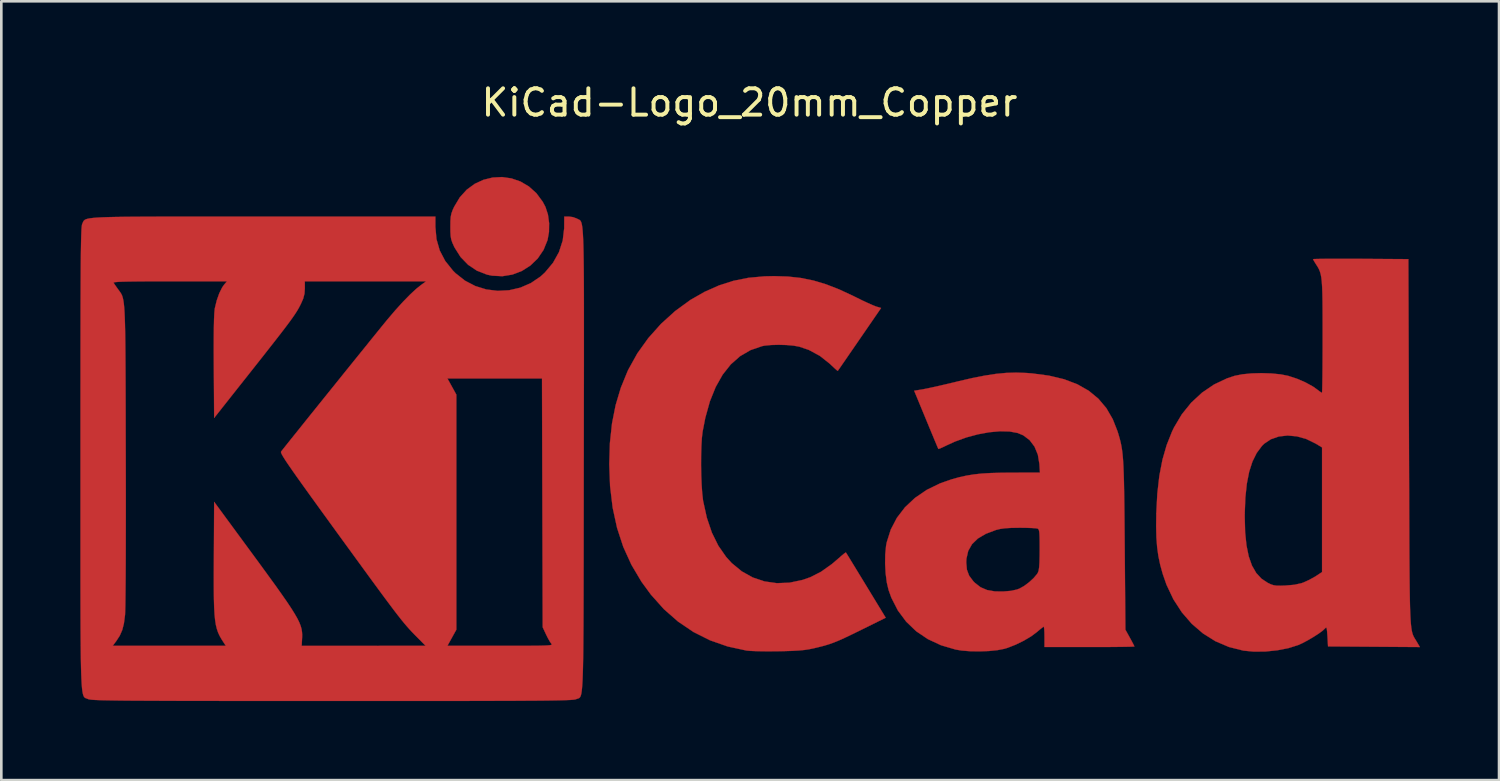
<source format=kicad_pcb>
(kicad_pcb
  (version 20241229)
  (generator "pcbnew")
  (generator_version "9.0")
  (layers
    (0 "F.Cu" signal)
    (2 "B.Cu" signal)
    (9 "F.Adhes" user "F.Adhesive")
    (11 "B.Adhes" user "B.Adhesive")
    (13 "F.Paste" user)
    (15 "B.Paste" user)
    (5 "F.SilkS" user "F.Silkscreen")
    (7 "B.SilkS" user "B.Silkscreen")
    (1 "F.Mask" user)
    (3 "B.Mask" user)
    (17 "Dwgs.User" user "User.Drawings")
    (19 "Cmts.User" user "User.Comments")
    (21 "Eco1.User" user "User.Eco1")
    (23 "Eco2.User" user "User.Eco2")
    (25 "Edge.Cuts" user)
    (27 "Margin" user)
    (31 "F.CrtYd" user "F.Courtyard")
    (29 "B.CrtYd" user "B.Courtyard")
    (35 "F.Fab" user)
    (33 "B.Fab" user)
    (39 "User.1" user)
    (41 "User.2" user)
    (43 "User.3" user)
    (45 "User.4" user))
  (footprint "KiCad-Logo_20mm_Copper"
    (layer "F.Cu")
    (at 25.405 13.548)
    (property "Reference" "KiCad-Logo_20mm_Copper" (at 0 -12.7 0) (layer "F.SilkS") (effects (font (size 1 1) (thickness 0.15))))
    (attr exclude_from_pos_files exclude_from_bom)
    (fp_poly (pts (xy -9.038 -9.825) (xy -8.696 -9.707) (xy -8.378 -9.52) (xy -8.094 -9.266) (xy -7.854 -8.943) (xy -7.746 -8.74) (xy -7.653 -8.455) (xy -7.608 -8.127) (xy -7.613 -7.79) (xy -7.668 -7.484) (xy -7.82 -7.11) (xy -8.04 -6.786) (xy -8.318 -6.518) (xy -8.641 -6.312) (xy -8.999 -6.175) (xy -9.381 -6.112) (xy -9.775 -6.132) (xy -9.969 -6.173) (xy -10.347 -6.32) (xy -10.683 -6.545) (xy -10.969 -6.84) (xy -11.196 -7.198) (xy -11.216 -7.238) (xy -11.282 -7.385) (xy -11.324 -7.508) (xy -11.346 -7.639) (xy -11.356 -7.807) (xy -11.357 -7.989) (xy -11.355 -8.208) (xy -11.343 -8.366) (xy -11.317 -8.494) (xy -11.271 -8.622) (xy -11.213 -8.748) (xy -10.999 -9.106) (xy -10.735 -9.397) (xy -10.432 -9.619) (xy -10.101 -9.772) (xy -9.751 -9.858) (xy -9.393 -9.876) (xy -9.038 -9.825)) (stroke (width 0.01) (type solid)) (fill yes) (layer "F.Cu"))
    (fp_poly (pts (xy 1.459 -6.099) (xy 1.95 -6.045) (xy 2.425 -5.949) (xy 2.905 -5.805) (xy 3.408 -5.609) (xy 3.953 -5.355) (xy 4.052 -5.306) (xy 4.277 -5.195) (xy 4.49 -5.095) (xy 4.669 -5.016) (xy 4.793 -4.966) (xy 4.812 -4.96) (xy 4.995 -4.905) (xy 4.177 -3.716) (xy 3.977 -3.425) (xy 3.794 -3.16) (xy 3.635 -2.928) (xy 3.505 -2.74) (xy 3.411 -2.604) (xy 3.359 -2.529) (xy 3.35 -2.517) (xy 3.316 -2.541) (xy 3.231 -2.616) (xy 3.112 -2.727) (xy 3.046 -2.79) (xy 2.671 -3.087) (xy 2.251 -3.314) (xy 1.889 -3.437) (xy 1.672 -3.476) (xy 1.399 -3.5) (xy 1.105 -3.508) (xy 0.819 -3.5) (xy 0.574 -3.476) (xy 0.477 -3.457) (xy 0.037 -3.306) (xy -0.359 -3.075) (xy -0.712 -2.764) (xy -1.02 -2.375) (xy -1.284 -1.907) (xy -1.504 -1.362) (xy -1.678 -0.738) (xy -1.782 -0.205) (xy -1.809 0.031) (xy -1.827 0.335) (xy -1.837 0.686) (xy -1.839 1.062) (xy -1.833 1.442) (xy -1.818 1.802) (xy -1.796 2.122) (xy -1.767 2.38) (xy -1.761 2.42) (xy -1.62 3.06) (xy -1.428 3.626) (xy -1.183 4.122) (xy -0.885 4.549) (xy -0.674 4.78) (xy -0.294 5.093) (xy 0.122 5.325) (xy 0.569 5.475) (xy 1.038 5.542) (xy 1.522 5.523) (xy 2.016 5.418) (xy 2.307 5.316) (xy 2.711 5.111) (xy 3.127 4.816) (xy 3.36 4.617) (xy 3.491 4.502) (xy 3.593 4.418) (xy 3.652 4.377) (xy 3.659 4.376) (xy 3.685 4.417) (xy 3.753 4.527) (xy 3.856 4.696) (xy 3.99 4.915) (xy 4.147 5.173) (xy 4.324 5.462) (xy 4.422 5.623) (xy 5.171 6.854) (xy 4.236 7.316) (xy 3.897 7.482) (xy 3.623 7.613) (xy 3.397 7.715) (xy 3.201 7.795) (xy 3.019 7.86) (xy 2.835 7.916) (xy 2.631 7.968) (xy 2.435 8.015) (xy 2.261 8.051) (xy 2.08 8.078) (xy 1.872 8.098) (xy 1.62 8.112) (xy 1.305 8.122) (xy 1.092 8.126) (xy 0.79 8.129) (xy 0.499 8.128) (xy 0.241 8.122) (xy 0.033 8.113) (xy -0.105 8.101) (xy -0.113 8.1) (xy -0.828 7.945) (xy -1.499 7.711) (xy -2.127 7.396) (xy -2.71 7.002) (xy -3.25 6.529) (xy -3.744 5.976) (xy -4.103 5.485) (xy -4.484 4.842) (xy -4.793 4.163) (xy -5.029 3.443) (xy -5.196 2.675) (xy -5.294 1.855) (xy -5.325 1.023) (xy -5.3 0.218) (xy -5.22 -0.525) (xy -5.083 -1.218) (xy -4.887 -1.874) (xy -4.629 -2.506) (xy -4.598 -2.571) (xy -4.258 -3.183) (xy -3.841 -3.764) (xy -3.358 -4.305) (xy -2.821 -4.791) (xy -2.243 -5.212) (xy -1.703 -5.52) (xy -1.158 -5.762) (xy -0.613 -5.937) (xy -0.044 -6.051) (xy 0.567 -6.107) (xy 0.933 -6.115) (xy 1.459 -6.099)) (stroke (width 0.01) (type solid)) (fill yes) (layer "F.Cu"))
    (fp_poly (pts (xy 22.685 -6.774) (xy 23.072 -6.772) (xy 23.204 -6.772) (xy 25.013 -6.76) (xy 25.036 0.182) (xy 25.039 1.123) (xy 25.042 1.978) (xy 25.044 2.751) (xy 25.047 3.445) (xy 25.049 4.067) (xy 25.052 4.619) (xy 25.056 5.107) (xy 25.06 5.535) (xy 25.065 5.907) (xy 25.071 6.228) (xy 25.078 6.502) (xy 25.087 6.734) (xy 25.097 6.928) (xy 25.109 7.088) (xy 25.123 7.219) (xy 25.139 7.325) (xy 25.157 7.411) (xy 25.178 7.482) (xy 25.201 7.54) (xy 25.227 7.592) (xy 25.255 7.641) (xy 25.287 7.692) (xy 25.322 7.749) (xy 25.329 7.761) (xy 25.45 7.967) (xy 21.963 7.943) (xy 21.941 7.56) (xy 21.928 7.376) (xy 21.915 7.27) (xy 21.898 7.228) (xy 21.871 7.237) (xy 21.849 7.261) (xy 21.754 7.349) (xy 21.598 7.463) (xy 21.403 7.588) (xy 21.192 7.712) (xy 20.987 7.82) (xy 20.83 7.891) (xy 20.46 8.008) (xy 20.037 8.09) (xy 19.59 8.136) (xy 19.152 8.141) (xy 18.753 8.103) (xy 18.746 8.101) (xy 18.2 7.964) (xy 17.689 7.746) (xy 17.218 7.451) (xy 16.791 7.085) (xy 16.415 6.651) (xy 16.092 6.154) (xy 15.83 5.6) (xy 15.687 5.189) (xy 15.592 4.846) (xy 15.522 4.513) (xy 15.475 4.171) (xy 15.447 3.8) (xy 15.437 3.378) (xy 15.442 3.034) (xy 18.801 3.034) (xy 18.816 3.611) (xy 18.867 4.107) (xy 18.953 4.528) (xy 19.076 4.876) (xy 19.238 5.157) (xy 19.44 5.375) (xy 19.674 5.529) (xy 19.796 5.587) (xy 19.901 5.621) (xy 20.019 5.637) (xy 20.177 5.638) (xy 20.347 5.632) (xy 20.682 5.603) (xy 20.947 5.545) (xy 21.03 5.516) (xy 21.22 5.43) (xy 21.421 5.323) (xy 21.508 5.269) (xy 21.736 5.12) (xy 21.736 0.388) (xy 21.485 0.238) (xy 21.136 0.068) (xy 20.779 -0.032) (xy 20.428 -0.064) (xy 20.095 -0.027) (xy 19.794 0.077) (xy 19.538 0.248) (xy 19.455 0.33) (xy 19.255 0.599) (xy 19.094 0.924) (xy 18.969 1.312) (xy 18.88 1.767) (xy 18.824 2.296) (xy 18.801 2.903) (xy 18.801 3.034) (xy 15.442 3.034) (xy 15.443 2.891) (xy 15.482 2.142) (xy 15.559 1.466) (xy 15.677 0.854) (xy 15.838 0.295) (xy 16.043 -0.219) (xy 16.117 -0.372) (xy 16.413 -0.87) (xy 16.77 -1.312) (xy 17.18 -1.691) (xy 17.636 -2.001) (xy 18.128 -2.234) (xy 18.422 -2.331) (xy 18.712 -2.388) (xy 19.06 -2.422) (xy 19.438 -2.432) (xy 19.817 -2.42) (xy 20.166 -2.385) (xy 20.447 -2.33) (xy 20.781 -2.221) (xy 21.105 -2.081) (xy 21.389 -1.925) (xy 21.54 -1.818) (xy 21.644 -1.739) (xy 21.716 -1.691) (xy 21.733 -1.684) (xy 21.738 -1.728) (xy 21.743 -1.854) (xy 21.747 -2.054) (xy 21.751 -2.318) (xy 21.754 -2.637) (xy 21.756 -3.002) (xy 21.758 -3.406) (xy 21.758 -3.816) (xy 21.758 -4.343) (xy 21.757 -4.786) (xy 21.754 -5.156) (xy 21.748 -5.46) (xy 21.739 -5.706) (xy 21.726 -5.905) (xy 21.708 -6.063) (xy 21.684 -6.189) (xy 21.654 -6.292) (xy 21.617 -6.381) (xy 21.572 -6.463) (xy 21.518 -6.548) (xy 21.511 -6.558) (xy 21.442 -6.668) (xy 21.4 -6.743) (xy 21.394 -6.759) (xy 21.438 -6.764) (xy 21.563 -6.768) (xy 21.76 -6.771) (xy 22.019 -6.773) (xy 22.331 -6.774) (xy 22.685 -6.774)) (stroke (width 0.01) (type solid)) (fill yes) (layer "F.Cu"))
    (fp_poly (pts (xy 10.502 -2.439) (xy 10.727 -2.422) (xy 11.372 -2.336) (xy 11.944 -2.2) (xy 12.444 -2.01) (xy 12.876 -1.765) (xy 13.243 -1.463) (xy 13.547 -1.103) (xy 13.791 -0.683) (xy 13.97 -0.228) (xy 14.015 -0.082) (xy 14.054 0.054) (xy 14.088 0.188) (xy 14.117 0.327) (xy 14.142 0.479) (xy 14.163 0.651) (xy 14.18 0.851) (xy 14.194 1.085) (xy 14.205 1.362) (xy 14.215 1.687) (xy 14.222 2.069) (xy 14.229 2.516) (xy 14.235 3.033) (xy 14.24 3.629) (xy 14.244 4.097) (xy 14.27 7.306) (xy 14.441 7.615) (xy 14.522 7.764) (xy 14.582 7.879) (xy 14.611 7.941) (xy 14.612 7.945) (xy 14.568 7.95) (xy 14.443 7.954) (xy 14.247 7.958) (xy 13.99 7.961) (xy 13.681 7.964) (xy 13.331 7.965) (xy 12.95 7.966) (xy 12.905 7.966) (xy 11.198 7.966) (xy 11.198 7.579) (xy 11.195 7.404) (xy 11.187 7.27) (xy 11.176 7.199) (xy 11.171 7.192) (xy 11.126 7.22) (xy 11.033 7.293) (xy 10.912 7.395) (xy 10.909 7.398) (xy 10.689 7.562) (xy 10.41 7.727) (xy 10.105 7.876) (xy 9.805 7.994) (xy 9.673 8.034) (xy 9.41 8.085) (xy 9.087 8.118) (xy 8.735 8.131) (xy 8.381 8.126) (xy 8.057 8.1) (xy 7.829 8.063) (xy 7.272 7.899) (xy 6.771 7.666) (xy 6.328 7.367) (xy 5.948 7.003) (xy 5.633 6.579) (xy 5.386 6.096) (xy 5.28 5.804) (xy 5.213 5.519) (xy 5.169 5.178) (xy 5.148 4.811) (xy 5.149 4.757) (xy 8.228 4.757) (xy 8.253 5.03) (xy 8.338 5.257) (xy 8.495 5.467) (xy 8.556 5.529) (xy 8.77 5.695) (xy 9.018 5.802) (xy 9.315 5.854) (xy 9.628 5.858) (xy 9.925 5.833) (xy 10.152 5.783) (xy 10.251 5.746) (xy 10.428 5.646) (xy 10.617 5.504) (xy 10.789 5.345) (xy 10.917 5.193) (xy 10.951 5.137) (xy 10.977 5.059) (xy 10.996 4.934) (xy 11.008 4.751) (xy 11.014 4.498) (xy 11.016 4.257) (xy 11.015 3.976) (xy 11.011 3.773) (xy 11.004 3.634) (xy 10.991 3.547) (xy 10.972 3.498) (xy 10.945 3.473) (xy 10.936 3.469) (xy 10.863 3.457) (xy 10.718 3.448) (xy 10.521 3.441) (xy 10.292 3.438) (xy 10.242 3.438) (xy 9.936 3.443) (xy 9.699 3.457) (xy 9.511 3.484) (xy 9.356 3.522) (xy 8.97 3.668) (xy 8.668 3.847) (xy 8.447 4.062) (xy 8.303 4.317) (xy 8.235 4.613) (xy 8.228 4.757) (xy 5.149 4.757) (xy 5.153 4.45) (xy 5.184 4.126) (xy 5.208 3.995) (xy 5.361 3.51) (xy 5.594 3.063) (xy 5.903 2.66) (xy 6.283 2.304) (xy 6.729 1.999) (xy 7.238 1.751) (xy 7.67 1.6) (xy 7.959 1.52) (xy 8.235 1.459) (xy 8.517 1.413) (xy 8.822 1.38) (xy 9.168 1.36) (xy 9.573 1.349) (xy 9.94 1.346) (xy 11.026 1.343) (xy 11.005 1.016) (xy 10.946 0.662) (xy 10.82 0.358) (xy 10.633 0.11) (xy 10.391 -0.072) (xy 10.177 -0.161) (xy 9.87 -0.217) (xy 9.506 -0.225) (xy 9.1 -0.188) (xy 8.67 -0.109) (xy 8.232 0.009) (xy 7.805 0.164) (xy 7.495 0.305) (xy 7.345 0.377) (xy 7.231 0.428) (xy 7.173 0.447) (xy 7.17 0.447) (xy 7.15 0.403) (xy 7.1 0.285) (xy 7.025 0.106) (xy 6.93 -0.123) (xy 6.818 -0.392) (xy 6.705 -0.666) (xy 6.251 -1.764) (xy 6.574 -1.817) (xy 6.714 -1.844) (xy 6.924 -1.889) (xy 7.186 -1.947) (xy 7.483 -2.016) (xy 7.796 -2.09) (xy 7.92 -2.121) (xy 8.46 -2.246) (xy 8.932 -2.339) (xy 9.355 -2.404) (xy 9.745 -2.441) (xy 10.122 -2.452) (xy 10.502 -2.439)) (stroke (width 0.01) (type solid)) (fill yes) (layer "F.Cu"))
    (fp_poly (pts (xy -19.746 -8.376) (xy -18.869 -8.376) (xy -18.461 -8.376) (xy -11.926 -8.376) (xy -11.926 -7.99) (xy -11.885 -7.522) (xy -11.761 -7.089) (xy -11.553 -6.691) (xy -11.259 -6.324) (xy -11.16 -6.225) (xy -10.803 -5.943) (xy -10.409 -5.738) (xy -9.991 -5.609) (xy -9.559 -5.556) (xy -9.126 -5.579) (xy -8.702 -5.677) (xy -8.301 -5.851) (xy -7.933 -6.101) (xy -7.768 -6.252) (xy -7.46 -6.621) (xy -7.234 -7.027) (xy -7.092 -7.466) (xy -7.036 -7.931) (xy -7.036 -7.977) (xy -7.033 -8.376) (xy -6.858 -8.376) (xy -6.702 -8.355) (xy -6.561 -8.303) (xy -6.551 -8.298) (xy -6.519 -8.281) (xy -6.49 -8.268) (xy -6.463 -8.255) (xy -6.438 -8.238) (xy -6.416 -8.214) (xy -6.396 -8.178) (xy -6.378 -8.127) (xy -6.362 -8.057) (xy -6.348 -7.964) (xy -6.336 -7.845) (xy -6.325 -7.695) (xy -6.316 -7.512) (xy -6.308 -7.29) (xy -6.302 -7.027) (xy -6.297 -6.719) (xy -6.293 -6.361) (xy -6.29 -5.951) (xy -6.288 -5.484) (xy -6.287 -4.957) (xy -6.287 -4.365) (xy -6.287 -3.705) (xy -6.287 -2.974) (xy -6.288 -2.167) (xy -6.29 -1.281) (xy -6.291 -0.312) (xy -6.292 0.744) (xy -6.293 0.873) (xy -6.294 1.935) (xy -6.295 2.911) (xy -6.296 3.803) (xy -6.297 4.615) (xy -6.299 5.352) (xy -6.3 6.016) (xy -6.302 6.611) (xy -6.304 7.142) (xy -6.308 7.613) (xy -6.311 8.026) (xy -6.316 8.385) (xy -6.322 8.695) (xy -6.329 8.96) (xy -6.337 9.182) (xy -6.347 9.366) (xy -6.358 9.515) (xy -6.37 9.634) (xy -6.384 9.726) (xy -6.401 9.795) (xy -6.419 9.844) (xy -6.439 9.877) (xy -6.462 9.899) (xy -6.486 9.913) (xy -6.514 9.922) (xy -6.544 9.931) (xy -6.576 9.942) (xy -6.584 9.946) (xy -6.609 9.954) (xy -6.651 9.962) (xy -6.713 9.968) (xy -6.8 9.975) (xy -6.914 9.98) (xy -7.06 9.985) (xy -7.241 9.99) (xy -7.46 9.994) (xy -7.722 9.998) (xy -8.03 10.001) (xy -8.388 10.003) (xy -8.8 10.006) (xy -9.268 10.008) (xy -9.797 10.009) (xy -10.39 10.011) (xy -11.051 10.012) (xy -11.784 10.012) (xy -12.593 10.013) (xy -13.48 10.013) (xy -14.45 10.013) (xy -15.506 10.013) (xy -15.848 10.013) (xy -16.927 10.013) (xy -17.919 10.013) (xy -18.828 10.012) (xy -19.656 10.012) (xy -20.409 10.011) (xy -21.089 10.01) (xy -21.699 10.009) (xy -22.245 10.007) (xy -22.73 10.005) (xy -23.156 10.003) (xy -23.529 10.001) (xy -23.851 9.998) (xy -24.126 9.994) (xy -24.359 9.99) (xy -24.552 9.986) (xy -24.709 9.981) (xy -24.835 9.976) (xy -24.933 9.97) (xy -25.006 9.963) (xy -25.058 9.956) (xy -25.093 9.948) (xy -25.112 9.941) (xy -25.146 9.927) (xy -25.178 9.916) (xy -25.206 9.905) (xy -25.232 9.891) (xy -25.256 9.869) (xy -25.277 9.836) (xy -25.296 9.788) (xy -25.313 9.721) (xy -25.329 9.631) (xy -25.342 9.515) (xy -25.353 9.369) (xy -25.363 9.189) (xy -25.372 8.972) (xy -25.379 8.713) (xy -25.385 8.409) (xy -25.389 8.056) (xy -25.39 7.92) (xy -24.176 7.92) (xy -19.882 7.92) (xy -19.964 7.795) (xy -20.046 7.667) (xy -20.116 7.544) (xy -20.174 7.419) (xy -20.221 7.283) (xy -20.259 7.128) (xy -20.288 6.944) (xy -20.31 6.724) (xy -20.325 6.458) (xy -20.334 6.138) (xy -20.338 5.757) (xy -20.339 5.304) (xy -20.337 4.771) (xy -20.336 4.573) (xy -20.325 2.454) (xy -18.982 4.282) (xy -18.601 4.8) (xy -18.272 5.252) (xy -17.989 5.642) (xy -17.751 5.978) (xy -17.552 6.264) (xy -17.39 6.508) (xy -17.262 6.714) (xy -17.162 6.889) (xy -17.089 7.039) (xy -17.038 7.17) (xy -17.006 7.287) (xy -16.989 7.398) (xy -16.983 7.507) (xy -16.986 7.621) (xy -16.987 7.635) (xy -17.002 7.921) (xy -14.649 7.921) (xy -12.296 7.92) (xy -12.646 7.567) (xy -12.741 7.471) (xy -12.831 7.377) (xy -12.92 7.281) (xy -13.012 7.176) (xy -13.112 7.059) (xy -13.222 6.924) (xy -13.347 6.765) (xy -13.491 6.578) (xy -13.657 6.357) (xy -13.851 6.098) (xy -14.075 5.794) (xy -14.334 5.441) (xy -14.631 5.034) (xy -14.971 4.567) (xy -15.358 4.036) (xy -15.675 3.6) (xy -16.072 3.052) (xy -16.419 2.573) (xy -16.718 2.159) (xy -16.973 1.804) (xy -17.187 1.504) (xy -17.362 1.255) (xy -17.502 1.052) (xy -17.611 0.891) (xy -17.69 0.766) (xy -17.744 0.674) (xy -17.776 0.61) (xy -17.788 0.569) (xy -17.784 0.548) (xy -17.74 0.491) (xy -17.644 0.37) (xy -17.503 0.193) (xy -17.322 -0.033) (xy -17.106 -0.302) (xy -16.863 -0.606) (xy -16.597 -0.937) (xy -16.314 -1.289) (xy -16.02 -1.654) (xy -15.72 -2.026) (xy -15.556 -2.23) (xy -11.469 -2.23) (xy -11.13 -1.616) (xy -11.13 7.306) (xy -11.469 7.92) (xy -9.46 7.92) (xy -8.981 7.92) (xy -8.584 7.92) (xy -8.264 7.918) (xy -8.012 7.916) (xy -7.821 7.912) (xy -7.683 7.906) (xy -7.59 7.898) (xy -7.536 7.888) (xy -7.512 7.875) (xy -7.51 7.859) (xy -7.524 7.84) (xy -7.524 7.84) (xy -7.582 7.757) (xy -7.658 7.622) (xy -7.725 7.487) (xy -7.852 7.215) (xy -7.865 2.492) (xy -7.878 -2.23) (xy -11.469 -2.23) (xy -15.556 -2.23) (xy -15.422 -2.397) (xy -15.129 -2.76) (xy -14.849 -3.107) (xy -14.586 -3.432) (xy -14.348 -3.728) (xy -14.138 -3.987) (xy -13.964 -4.202) (xy -13.831 -4.365) (xy -13.752 -4.461) (xy -13.448 -4.818) (xy -13.156 -5.14) (xy -12.885 -5.417) (xy -12.646 -5.638) (xy -12.477 -5.773) (xy -12.277 -5.918) (xy -16.883 -5.918) (xy -16.882 -5.647) (xy -16.895 -5.449) (xy -16.943 -5.264) (xy -17.018 -5.09) (xy -17.067 -4.991) (xy -17.119 -4.893) (xy -17.18 -4.79) (xy -17.254 -4.674) (xy -17.346 -4.54) (xy -17.461 -4.381) (xy -17.603 -4.191) (xy -17.778 -3.962) (xy -17.99 -3.689) (xy -18.244 -3.365) (xy -18.544 -2.983) (xy -18.896 -2.537) (xy -18.936 -2.487) (xy -20.325 -0.731) (xy -20.338 -2.676) (xy -20.341 -3.258) (xy -20.34 -3.751) (xy -20.336 -4.157) (xy -20.329 -4.476) (xy -20.318 -4.711) (xy -20.304 -4.862) (xy -20.3 -4.891) (xy -20.226 -5.195) (xy -20.129 -5.468) (xy -20.019 -5.688) (xy -19.953 -5.782) (xy -19.839 -5.918) (xy -22.007 -5.918) (xy -22.525 -5.917) (xy -22.957 -5.916) (xy -23.312 -5.913) (xy -23.594 -5.909) (xy -23.81 -5.904) (xy -23.967 -5.897) (xy -24.07 -5.888) (xy -24.127 -5.877) (xy -24.143 -5.864) (xy -24.142 -5.861) (xy -24.096 -5.791) (xy -24.019 -5.681) (xy -23.98 -5.626) (xy -23.938 -5.57) (xy -23.902 -5.52) (xy -23.869 -5.472) (xy -23.839 -5.419) (xy -23.813 -5.358) (xy -23.791 -5.283) (xy -23.771 -5.189) (xy -23.754 -5.072) (xy -23.74 -4.927) (xy -23.728 -4.748) (xy -23.718 -4.532) (xy -23.71 -4.272) (xy -23.703 -3.964) (xy -23.698 -3.604) (xy -23.694 -3.186) (xy -23.691 -2.706) (xy -23.688 -2.158) (xy -23.686 -1.537) (xy -23.684 -0.84) (xy -23.683 -0.061) (xy -23.681 0.656) (xy -23.679 1.454) (xy -23.678 2.216) (xy -23.678 2.936) (xy -23.679 3.61) (xy -23.68 4.232) (xy -23.682 4.799) (xy -23.685 5.304) (xy -23.689 5.744) (xy -23.693 6.113) (xy -23.697 6.406) (xy -23.703 6.619) (xy -23.708 6.746) (xy -23.71 6.76) (xy -23.75 7.069) (xy -23.813 7.318) (xy -23.908 7.535) (xy -24.047 7.749) (xy -24.065 7.772) (xy -24.176 7.92) (xy -25.39 7.92) (xy -25.393 7.65) (xy -25.396 7.188) (xy -25.398 6.666) (xy -25.399 6.079) (xy -25.4 5.425) (xy -25.4 4.7) (xy -25.4 3.899) (xy -25.4 3.019) (xy -25.4 2.056) (xy -25.4 1.007) (xy -25.4 0.799) (xy -25.4 -0.261) (xy -25.4 -1.234) (xy -25.399 -2.124) (xy -25.399 -2.933) (xy -25.398 -3.667) (xy -25.397 -4.328) (xy -25.396 -4.921) (xy -25.394 -5.448) (xy -25.392 -5.915) (xy -25.39 -6.324) (xy -25.387 -6.679) (xy -25.384 -6.985) (xy -25.38 -7.244) (xy -25.376 -7.461) (xy -25.371 -7.639) (xy -25.366 -7.782) (xy -25.361 -7.894) (xy -25.354 -7.978) (xy -25.347 -8.039) (xy -25.34 -8.079) (xy -25.331 -8.103) (xy -25.331 -8.104) (xy -25.314 -8.141) (xy -25.3 -8.174) (xy -25.284 -8.204) (xy -25.262 -8.231) (xy -25.23 -8.255) (xy -25.183 -8.277) (xy -25.118 -8.295) (xy -25.029 -8.311) (xy -24.912 -8.325) (xy -24.763 -8.337) (xy -24.577 -8.347) (xy -24.35 -8.355) (xy -24.079 -8.361) (xy -23.757 -8.366) (xy -23.381 -8.37) (xy -22.947 -8.372) (xy -22.45 -8.374) (xy -21.886 -8.375) (xy -21.25 -8.376) (xy -20.538 -8.376) (xy -19.746 -8.376)) (stroke (width 0.01) (type solid)) (fill yes) (layer "F.Cu")))
  (gr_rect
    (start -3 -3)
    (end 53.86 26.567)
    (stroke (width 0.1) (type default))
    (fill no)
    (layer "Edge.Cuts")))
</source>
